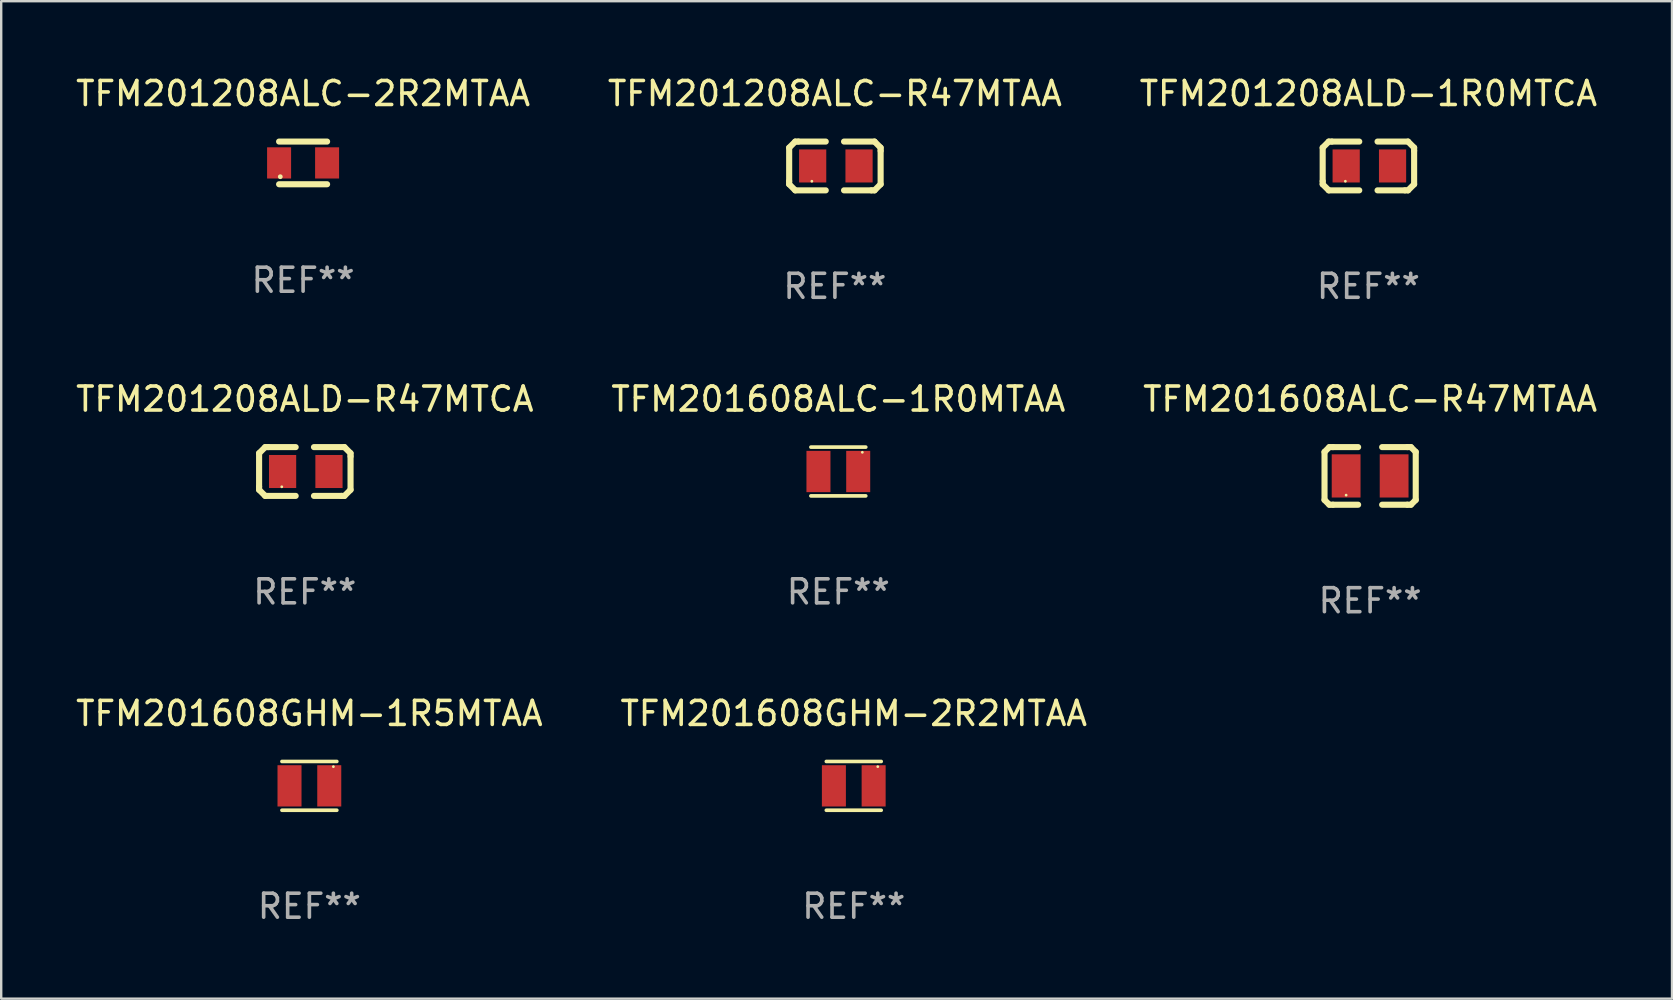
<source format=kicad_pcb>
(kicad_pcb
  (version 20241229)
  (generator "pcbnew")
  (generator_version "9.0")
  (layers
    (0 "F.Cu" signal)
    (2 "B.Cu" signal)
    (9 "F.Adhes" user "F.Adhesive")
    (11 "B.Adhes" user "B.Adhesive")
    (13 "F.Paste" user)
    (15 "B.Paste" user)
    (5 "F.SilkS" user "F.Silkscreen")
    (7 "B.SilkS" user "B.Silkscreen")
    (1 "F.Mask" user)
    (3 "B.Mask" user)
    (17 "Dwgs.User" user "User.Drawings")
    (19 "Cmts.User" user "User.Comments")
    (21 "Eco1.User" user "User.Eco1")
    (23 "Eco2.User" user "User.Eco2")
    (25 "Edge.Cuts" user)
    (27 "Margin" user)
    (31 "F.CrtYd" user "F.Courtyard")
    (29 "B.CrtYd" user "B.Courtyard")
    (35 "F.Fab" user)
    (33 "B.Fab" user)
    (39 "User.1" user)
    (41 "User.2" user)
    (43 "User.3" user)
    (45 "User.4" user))
  (footprint "TFM201208ALC-R47MTAA"
    (layer "F.Cu")
    (at 31.732 3.864)
    (property "Reference" "TFM201208ALC-R47MTAA" (at 0 -3.016 0) (layer "F.SilkS") (effects (font (size 1 1) (thickness 0.15))))
    (attr through_hole)
    (fp_line (start -1.905 -0.762) (end -1.905 0.635) (stroke (width 0.254) (type solid)) (layer "F.SilkS"))
    (fp_line (start -1.905 0.635) (end -1.905 0.762) (stroke (width 0.254) (type solid)) (layer "F.SilkS"))
    (fp_line (start -1.905 0.762) (end -1.651 1.016) (stroke (width 0.254) (type solid)) (layer "F.SilkS"))
    (fp_line (start -1.651 -1.016) (end -1.905 -0.762) (stroke (width 0.254) (type solid)) (layer "F.SilkS"))
    (fp_line (start -1.651 1.016) (end -0.381 1.016) (stroke (width 0.254) (type solid)) (layer "F.SilkS"))
    (fp_line (start -1.524 -1.016) (end -1.651 -1.016) (stroke (width 0.254) (type solid)) (layer "F.SilkS"))
    (fp_line (start -0.381 -1.016) (end -1.524 -1.016) (stroke (width 0.254) (type solid)) (layer "F.SilkS"))
    (fp_line (start 0.381 1.016) (end 1.524 1.016) (stroke (width 0.254) (type solid)) (layer "F.SilkS"))
    (fp_line (start 1.524 1.016) (end 1.651 1.016) (stroke (width 0.254) (type solid)) (layer "F.SilkS"))
    (fp_line (start 1.651 -1.016) (end 0.381 -1.016) (stroke (width 0.254) (type solid)) (layer "F.SilkS"))
    (fp_line (start 1.651 1.016) (end 1.905 0.762) (stroke (width 0.254) (type solid)) (layer "F.SilkS"))
    (fp_line (start 1.905 -0.762) (end 1.651 -1.016) (stroke (width 0.254) (type solid)) (layer "F.SilkS"))
    (fp_line (start 1.905 -0.635) (end 1.905 -0.762) (stroke (width 0.254) (type solid)) (layer "F.SilkS"))
    (fp_line (start 1.905 0.762) (end 1.905 -0.635) (stroke (width 0.254) (type solid)) (layer "F.SilkS"))
    (fp_circle (center -0.96 0.637) (end -0.93 0.637) (stroke (width 0.06) (type solid)) (fill no) (layer "F.SilkS"))
    (fp_text user "REF**" (at 0 5.016 0) (layer "F.Fab") (effects (font (size 1 1) (thickness 0.15))))
    (pad "1" smd rect (at -0.926 -0.000051) (size 1.133 1.377) (layers "F.Cu" "F.Mask" "F.Paste"))
    (pad "2" smd rect (at 1.006 -0.000051) (size 1.133 1.377) (layers "F.Cu" "F.Mask" "F.Paste")))
  (footprint "TFM201608ALC-1R0MTAA"
    (layer "F.Cu")
    (at 31.875 16.593)
    (property "Reference" "TFM201608ALC-1R0MTAA" (at 0 -3.016 0) (layer "F.SilkS") (effects (font (size 1 1) (thickness 0.15))))
    (attr through_hole)
    (fp_line (start -1.143 -1.016) (end 1.143 -1.016) (stroke (width 0.152) (type solid)) (layer "F.SilkS"))
    (fp_line (start 1.143 1.016) (end -1.143 1.016) (stroke (width 0.152) (type solid)) (layer "F.SilkS"))
    (fp_circle (center 1 -0.8) (end 1.03 -0.8) (stroke (width 0.06) (type solid)) (fill no) (layer "F.SilkS"))
    (fp_text user "REF**" (at 0 5.016 0) (layer "F.Fab") (effects (font (size 1 1) (thickness 0.15))))
    (pad "1" smd rect (at 0.828 0) (size 1 1.72) (layers "F.Cu" "F.Mask" "F.Paste"))
    (pad "2" smd rect (at -0.828 0) (size 1 1.72) (layers "F.Cu" "F.Mask" "F.Paste")))
  (footprint "TFM201208ALC-2R2MTAA"
    (layer "F.Cu")
    (at 9.577 3.737)
    (property "Reference" "TFM201208ALC-2R2MTAA" (at 0 -2.889 0) (layer "F.SilkS") (effects (font (size 1 1) (thickness 0.15))))
    (attr through_hole)
    (fp_line (start -1 -0.889) (end 1 -0.889) (stroke (width 0.254) (type solid)) (layer "F.SilkS"))
    (fp_line (start -1 0.889) (end 1 0.889) (stroke (width 0.254) (type solid)) (layer "F.SilkS"))
    (fp_circle (center -0.95 0.575) (end -0.9 0.575) (stroke (width 0.1) (type solid)) (fill no) (layer "F.SilkS"))
    (fp_text user "REF**" (at 0 4.889 0) (layer "F.Fab") (effects (font (size 1 1) (thickness 0.15))))
    (pad "1" smd rect (at -1 0) (size 1 1.3) (layers "F.Cu" "F.Mask" "F.Paste"))
    (pad "2" smd rect (at 1 0) (size 1 1.3) (layers "F.Cu" "F.Mask" "F.Paste")))
  (footprint "TFM201608GHM-2R2MTAA"
    (layer "F.Cu")
    (at 32.518 29.689)
    (property "Reference" "TFM201608GHM-2R2MTAA" (at 0 -3.016 0) (layer "F.SilkS") (effects (font (size 1 1) (thickness 0.15))))
    (attr through_hole)
    (fp_line (start -1.143 -1.016) (end 1.143 -1.016) (stroke (width 0.152) (type solid)) (layer "F.SilkS"))
    (fp_line (start 1.143 1.016) (end -1.143 1.016) (stroke (width 0.152) (type solid)) (layer "F.SilkS"))
    (fp_circle (center 1 -0.8) (end 1.03 -0.8) (stroke (width 0.06) (type solid)) (fill no) (layer "F.SilkS"))
    (fp_text user "REF**" (at 0 5.016 0) (layer "F.Fab") (effects (font (size 1 1) (thickness 0.15))))
    (pad "1" smd rect (at 0.828 0) (size 1 1.72) (layers "F.Cu" "F.Mask" "F.Paste"))
    (pad "2" smd rect (at -0.828 0) (size 1 1.72) (layers "F.Cu" "F.Mask" "F.Paste")))
  (footprint "TFM201608GHM-1R5MTAA"
    (layer "F.Cu")
    (at 9.839 29.689)
    (property "Reference" "TFM201608GHM-1R5MTAA" (at 0 -3.016 0) (layer "F.SilkS") (effects (font (size 1 1) (thickness 0.15))))
    (attr through_hole)
    (fp_line (start -1.143 -1.016) (end 1.143 -1.016) (stroke (width 0.152) (type solid)) (layer "F.SilkS"))
    (fp_line (start 1.143 1.016) (end -1.143 1.016) (stroke (width 0.152) (type solid)) (layer "F.SilkS"))
    (fp_circle (center 1 -0.8) (end 1.03 -0.8) (stroke (width 0.06) (type solid)) (fill no) (layer "F.SilkS"))
    (fp_text user "REF**" (at 0 5.016 0) (layer "F.Fab") (effects (font (size 1 1) (thickness 0.15))))
    (pad "1" smd rect (at 0.828 0) (size 1 1.72) (layers "F.Cu" "F.Mask" "F.Paste"))
    (pad "2" smd rect (at -0.828 0) (size 1 1.72) (layers "F.Cu" "F.Mask" "F.Paste")))
  (footprint "TFM201208ALD-1R0MTCA"
    (layer "F.Cu")
    (at 53.958 3.864)
    (property "Reference" "TFM201208ALD-1R0MTCA" (at 0 -3.016 0) (layer "F.SilkS") (effects (font (size 1 1) (thickness 0.15))))
    (attr through_hole)
    (fp_line (start -1.905 -0.762) (end -1.905 0.635) (stroke (width 0.254) (type solid)) (layer "F.SilkS"))
    (fp_line (start -1.905 0.635) (end -1.905 0.762) (stroke (width 0.254) (type solid)) (layer "F.SilkS"))
    (fp_line (start -1.905 0.762) (end -1.651 1.016) (stroke (width 0.254) (type solid)) (layer "F.SilkS"))
    (fp_line (start -1.651 -1.016) (end -1.905 -0.762) (stroke (width 0.254) (type solid)) (layer "F.SilkS"))
    (fp_line (start -1.651 1.016) (end -0.381 1.016) (stroke (width 0.254) (type solid)) (layer "F.SilkS"))
    (fp_line (start -1.524 -1.016) (end -1.651 -1.016) (stroke (width 0.254) (type solid)) (layer "F.SilkS"))
    (fp_line (start -0.381 -1.016) (end -1.524 -1.016) (stroke (width 0.254) (type solid)) (layer "F.SilkS"))
    (fp_line (start 0.381 1.016) (end 1.524 1.016) (stroke (width 0.254) (type solid)) (layer "F.SilkS"))
    (fp_line (start 1.524 1.016) (end 1.651 1.016) (stroke (width 0.254) (type solid)) (layer "F.SilkS"))
    (fp_line (start 1.651 -1.016) (end 0.381 -1.016) (stroke (width 0.254) (type solid)) (layer "F.SilkS"))
    (fp_line (start 1.651 1.016) (end 1.905 0.762) (stroke (width 0.254) (type solid)) (layer "F.SilkS"))
    (fp_line (start 1.905 -0.762) (end 1.651 -1.016) (stroke (width 0.254) (type solid)) (layer "F.SilkS"))
    (fp_line (start 1.905 -0.635) (end 1.905 -0.762) (stroke (width 0.254) (type solid)) (layer "F.SilkS"))
    (fp_line (start 1.905 0.762) (end 1.905 -0.635) (stroke (width 0.254) (type solid)) (layer "F.SilkS"))
    (fp_circle (center -0.96 0.637) (end -0.93 0.637) (stroke (width 0.06) (type solid)) (fill no) (layer "F.SilkS"))
    (fp_text user "REF**" (at 0 5.016 0) (layer "F.Fab") (effects (font (size 1 1) (thickness 0.15))))
    (pad "1" smd rect (at -0.926 -0.000051) (size 1.133 1.377) (layers "F.Cu" "F.Mask" "F.Paste"))
    (pad "2" smd rect (at 1.006 -0.000051) (size 1.133 1.377) (layers "F.Cu" "F.Mask" "F.Paste")))
  (footprint "TFM201608ALC-R47MTAA"
    (layer "F.Cu")
    (at 54.03 16.777)
    (property "Reference" "TFM201608ALC-R47MTAA" (at 0 -3.2 0) (layer "F.SilkS") (effects (font (size 1 1) (thickness 0.15))))
    (attr through_hole)
    (fp_line (start -1.9 -1) (end -1.9 1) (stroke (width 0.254) (type solid)) (layer "F.SilkS"))
    (fp_line (start -1.7 -1.2) (end -1.9 -1) (stroke (width 0.254) (type solid)) (layer "F.SilkS"))
    (fp_line (start -1.7 1.2) (end -1.9 1) (stroke (width 0.254) (type solid)) (layer "F.SilkS"))
    (fp_line (start -1.55 -1.2) (end -1.7 -1.2) (stroke (width 0.254) (type solid)) (layer "F.SilkS"))
    (fp_line (start -1.55 1.2) (end -1.7 1.2) (stroke (width 0.254) (type solid)) (layer "F.SilkS"))
    (fp_line (start -0.5 -1.2) (end -1.55 -1.2) (stroke (width 0.254) (type solid)) (layer "F.SilkS"))
    (fp_line (start -0.5 1.2) (end -1.55 1.2) (stroke (width 0.254) (type solid)) (layer "F.SilkS"))
    (fp_line (start 0.5 -1.2) (end 1.55 -1.2) (stroke (width 0.254) (type solid)) (layer "F.SilkS"))
    (fp_line (start 0.5 1.2) (end 1.55 1.2) (stroke (width 0.254) (type solid)) (layer "F.SilkS"))
    (fp_line (start 1.55 -1.2) (end 1.7 -1.2) (stroke (width 0.254) (type solid)) (layer "F.SilkS"))
    (fp_line (start 1.55 1.2) (end 1.7 1.2) (stroke (width 0.254) (type solid)) (layer "F.SilkS"))
    (fp_line (start 1.7 -1.2) (end 1.9 -1) (stroke (width 0.254) (type solid)) (layer "F.SilkS"))
    (fp_line (start 1.7 1.2) (end 1.9 1) (stroke (width 0.254) (type solid)) (layer "F.SilkS"))
    (fp_line (start 1.9 -1) (end 1.9 1) (stroke (width 0.254) (type solid)) (layer "F.SilkS"))
    (fp_circle (center -1 0.8) (end -0.97 0.8) (stroke (width 0.06) (type solid)) (fill no) (layer "F.SilkS"))
    (fp_text user "REF**" (at 0 5.2 0) (layer "F.Fab") (effects (font (size 1 1) (thickness 0.15))))
    (pad "1" smd rect (at -1 0) (size 1.2 1.8) (layers "F.Cu" "F.Mask" "F.Paste"))
    (pad "2" smd rect (at 1 0) (size 1.2 1.8) (layers "F.Cu" "F.Mask" "F.Paste")))
  (footprint "TFM201208ALD-R47MTCA"
    (layer "F.Cu")
    (at 9.649 16.593)
    (property "Reference" "TFM201208ALD-R47MTCA" (at 0 -3.016 0) (layer "F.SilkS") (effects (font (size 1 1) (thickness 0.15))))
    (attr through_hole)
    (fp_line (start -1.905 -0.762) (end -1.905 0.635) (stroke (width 0.254) (type solid)) (layer "F.SilkS"))
    (fp_line (start -1.905 0.635) (end -1.905 0.762) (stroke (width 0.254) (type solid)) (layer "F.SilkS"))
    (fp_line (start -1.905 0.762) (end -1.651 1.016) (stroke (width 0.254) (type solid)) (layer "F.SilkS"))
    (fp_line (start -1.651 -1.016) (end -1.905 -0.762) (stroke (width 0.254) (type solid)) (layer "F.SilkS"))
    (fp_line (start -1.651 1.016) (end -0.381 1.016) (stroke (width 0.254) (type solid)) (layer "F.SilkS"))
    (fp_line (start -1.524 -1.016) (end -1.651 -1.016) (stroke (width 0.254) (type solid)) (layer "F.SilkS"))
    (fp_line (start -0.381 -1.016) (end -1.524 -1.016) (stroke (width 0.254) (type solid)) (layer "F.SilkS"))
    (fp_line (start 0.381 1.016) (end 1.524 1.016) (stroke (width 0.254) (type solid)) (layer "F.SilkS"))
    (fp_line (start 1.524 1.016) (end 1.651 1.016) (stroke (width 0.254) (type solid)) (layer "F.SilkS"))
    (fp_line (start 1.651 -1.016) (end 0.381 -1.016) (stroke (width 0.254) (type solid)) (layer "F.SilkS"))
    (fp_line (start 1.651 1.016) (end 1.905 0.762) (stroke (width 0.254) (type solid)) (layer "F.SilkS"))
    (fp_line (start 1.905 -0.762) (end 1.651 -1.016) (stroke (width 0.254) (type solid)) (layer "F.SilkS"))
    (fp_line (start 1.905 -0.635) (end 1.905 -0.762) (stroke (width 0.254) (type solid)) (layer "F.SilkS"))
    (fp_line (start 1.905 0.762) (end 1.905 -0.635) (stroke (width 0.254) (type solid)) (layer "F.SilkS"))
    (fp_circle (center -0.96 0.637) (end -0.93 0.637) (stroke (width 0.06) (type solid)) (fill no) (layer "F.SilkS"))
    (fp_text user "REF**" (at 0 5.016 0) (layer "F.Fab") (effects (font (size 1 1) (thickness 0.15))))
    (pad "1" smd rect (at -0.926 -0.000051) (size 1.133 1.377) (layers "F.Cu" "F.Mask" "F.Paste"))
    (pad "2" smd rect (at 1.006 -0.000051) (size 1.133 1.377) (layers "F.Cu" "F.Mask" "F.Paste")))
  (gr_rect
    (start -3 -3)
    (end 66.607 38.554)
    (stroke (width 0.1) (type default))
    (fill no)
    (layer "Edge.Cuts")))
</source>
